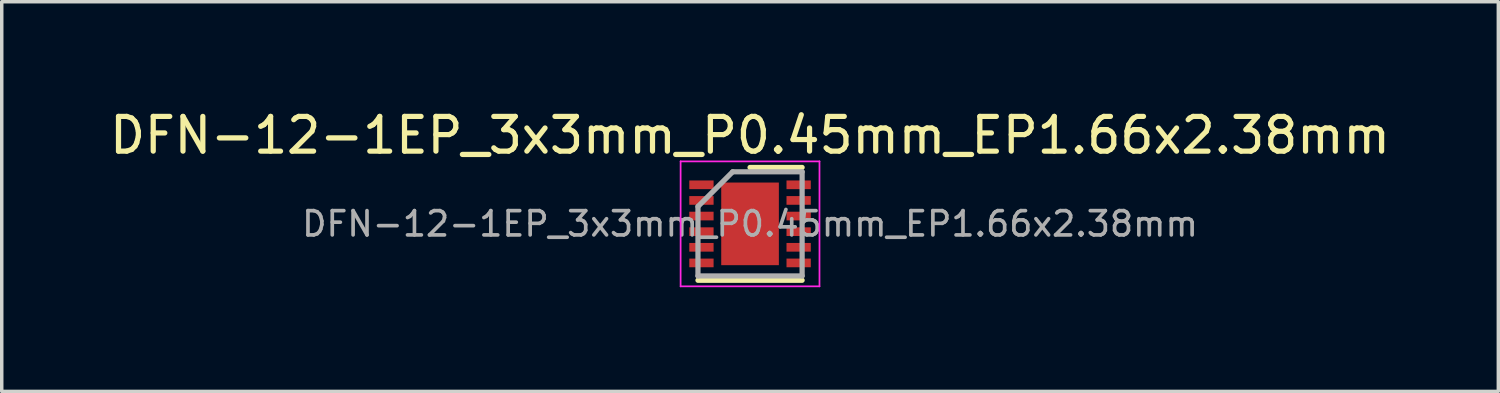
<source format=kicad_pcb>
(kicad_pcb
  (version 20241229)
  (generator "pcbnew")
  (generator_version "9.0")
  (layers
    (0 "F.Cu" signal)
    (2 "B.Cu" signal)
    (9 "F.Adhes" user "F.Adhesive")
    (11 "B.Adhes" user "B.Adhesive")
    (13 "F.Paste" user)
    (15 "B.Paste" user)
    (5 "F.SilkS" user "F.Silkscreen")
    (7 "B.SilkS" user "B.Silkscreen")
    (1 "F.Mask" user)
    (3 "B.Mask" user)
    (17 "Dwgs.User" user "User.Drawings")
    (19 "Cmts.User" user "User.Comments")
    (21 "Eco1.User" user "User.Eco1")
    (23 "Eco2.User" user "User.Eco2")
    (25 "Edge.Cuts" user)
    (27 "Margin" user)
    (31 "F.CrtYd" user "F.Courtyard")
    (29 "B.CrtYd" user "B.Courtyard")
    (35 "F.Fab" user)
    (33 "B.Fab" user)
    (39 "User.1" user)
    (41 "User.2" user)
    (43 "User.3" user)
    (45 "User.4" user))
  (footprint "DFN-12-1EP_3x3mm_P0.45mm_EP1.66x2.38mm"
    (layer "F.Cu")
    (at 18.554 3.398)
    (property "Reference" "DFN-12-1EP_3x3mm_P0.45mm_EP1.66x2.38mm" (at 0 -2.55 0) (layer "F.SilkS") (effects (font (size 1 1) (thickness 0.15))))
    (attr smd)
    (fp_line (start -1.5 1.625) (end 1.5 1.625) (stroke (width 0.15) (type solid)) (layer "F.SilkS"))
    (fp_line (start 0 -1.625) (end 1.5 -1.625) (stroke (width 0.15) (type solid)) (layer "F.SilkS"))
    (fp_line (start -2 -1.8) (end -2 1.8) (stroke (width 0.05) (type solid)) (layer "F.CrtYd"))
    (fp_line (start -2 -1.8) (end 2 -1.8) (stroke (width 0.05) (type solid)) (layer "F.CrtYd"))
    (fp_line (start -2 1.8) (end 2 1.8) (stroke (width 0.05) (type solid)) (layer "F.CrtYd"))
    (fp_line (start 2 -1.8) (end 2 1.8) (stroke (width 0.05) (type solid)) (layer "F.CrtYd"))
    (fp_line (start -1.5 -0.5) (end -0.5 -1.5) (stroke (width 0.15) (type solid)) (layer "F.Fab"))
    (fp_line (start -1.5 1.5) (end -1.5 -0.5) (stroke (width 0.15) (type solid)) (layer "F.Fab"))
    (fp_line (start -0.5 -1.5) (end 1.5 -1.5) (stroke (width 0.15) (type solid)) (layer "F.Fab"))
    (fp_line (start 1.5 -1.5) (end 1.5 1.5) (stroke (width 0.15) (type solid)) (layer "F.Fab"))
    (fp_line (start 1.5 1.5) (end -1.5 1.5) (stroke (width 0.15) (type solid)) (layer "F.Fab"))
    (fp_text user "${REFERENCE}" (at 0 0 0) (layer "F.Fab") (effects (font (size 0.7 0.7) (thickness 0.105))))
    (pad "" smd rect (at -0.415 -0.595) (size 0.64 1) (layers "F.Paste"))
    (pad "" smd rect (at -0.415 0.595) (size 0.64 1) (layers "F.Paste"))
    (pad "" smd rect (at 0.415 -0.595) (size 0.64 1) (layers "F.Paste"))
    (pad "" smd rect (at 0.415 0.595) (size 0.64 1) (layers "F.Paste"))
    (pad "1" smd rect (at -1.4 -1.125) (size 0.7 0.25) (layers "F.Cu" "F.Mask" "F.Paste"))
    (pad "2" smd rect (at -1.4 -0.675) (size 0.7 0.25) (layers "F.Cu" "F.Mask" "F.Paste"))
    (pad "3" smd rect (at -1.4 -0.225) (size 0.7 0.25) (layers "F.Cu" "F.Mask" "F.Paste"))
    (pad "4" smd rect (at -1.4 0.225) (size 0.7 0.25) (layers "F.Cu" "F.Mask" "F.Paste"))
    (pad "5" smd rect (at -1.4 0.675) (size 0.7 0.25) (layers "F.Cu" "F.Mask" "F.Paste"))
    (pad "6" smd rect (at -1.4 1.125) (size 0.7 0.25) (layers "F.Cu" "F.Mask" "F.Paste"))
    (pad "7" smd rect (at 1.4 1.125) (size 0.7 0.25) (layers "F.Cu" "F.Mask" "F.Paste"))
    (pad "8" smd rect (at 1.4 0.675) (size 0.7 0.25) (layers "F.Cu" "F.Mask" "F.Paste"))
    (pad "9" smd rect (at 1.4 0.225) (size 0.7 0.25) (layers "F.Cu" "F.Mask" "F.Paste"))
    (pad "10" smd rect (at 1.4 -0.225) (size 0.7 0.25) (layers "F.Cu" "F.Mask" "F.Paste"))
    (pad "11" smd rect (at 1.4 -0.675) (size 0.7 0.25) (layers "F.Cu" "F.Mask" "F.Paste"))
    (pad "12" smd rect (at 1.4 -1.125) (size 0.7 0.25) (layers "F.Cu" "F.Mask" "F.Paste"))
    (pad "13" smd rect (at 0 0) (size 1.66 2.38) (layers "F.Cu" "F.Mask")))
  (gr_rect
    (start -3 -3)
    (end 40.107 8.223)
    (stroke (width 0.1) (type default))
    (fill no)
    (layer "Edge.Cuts")))
</source>
